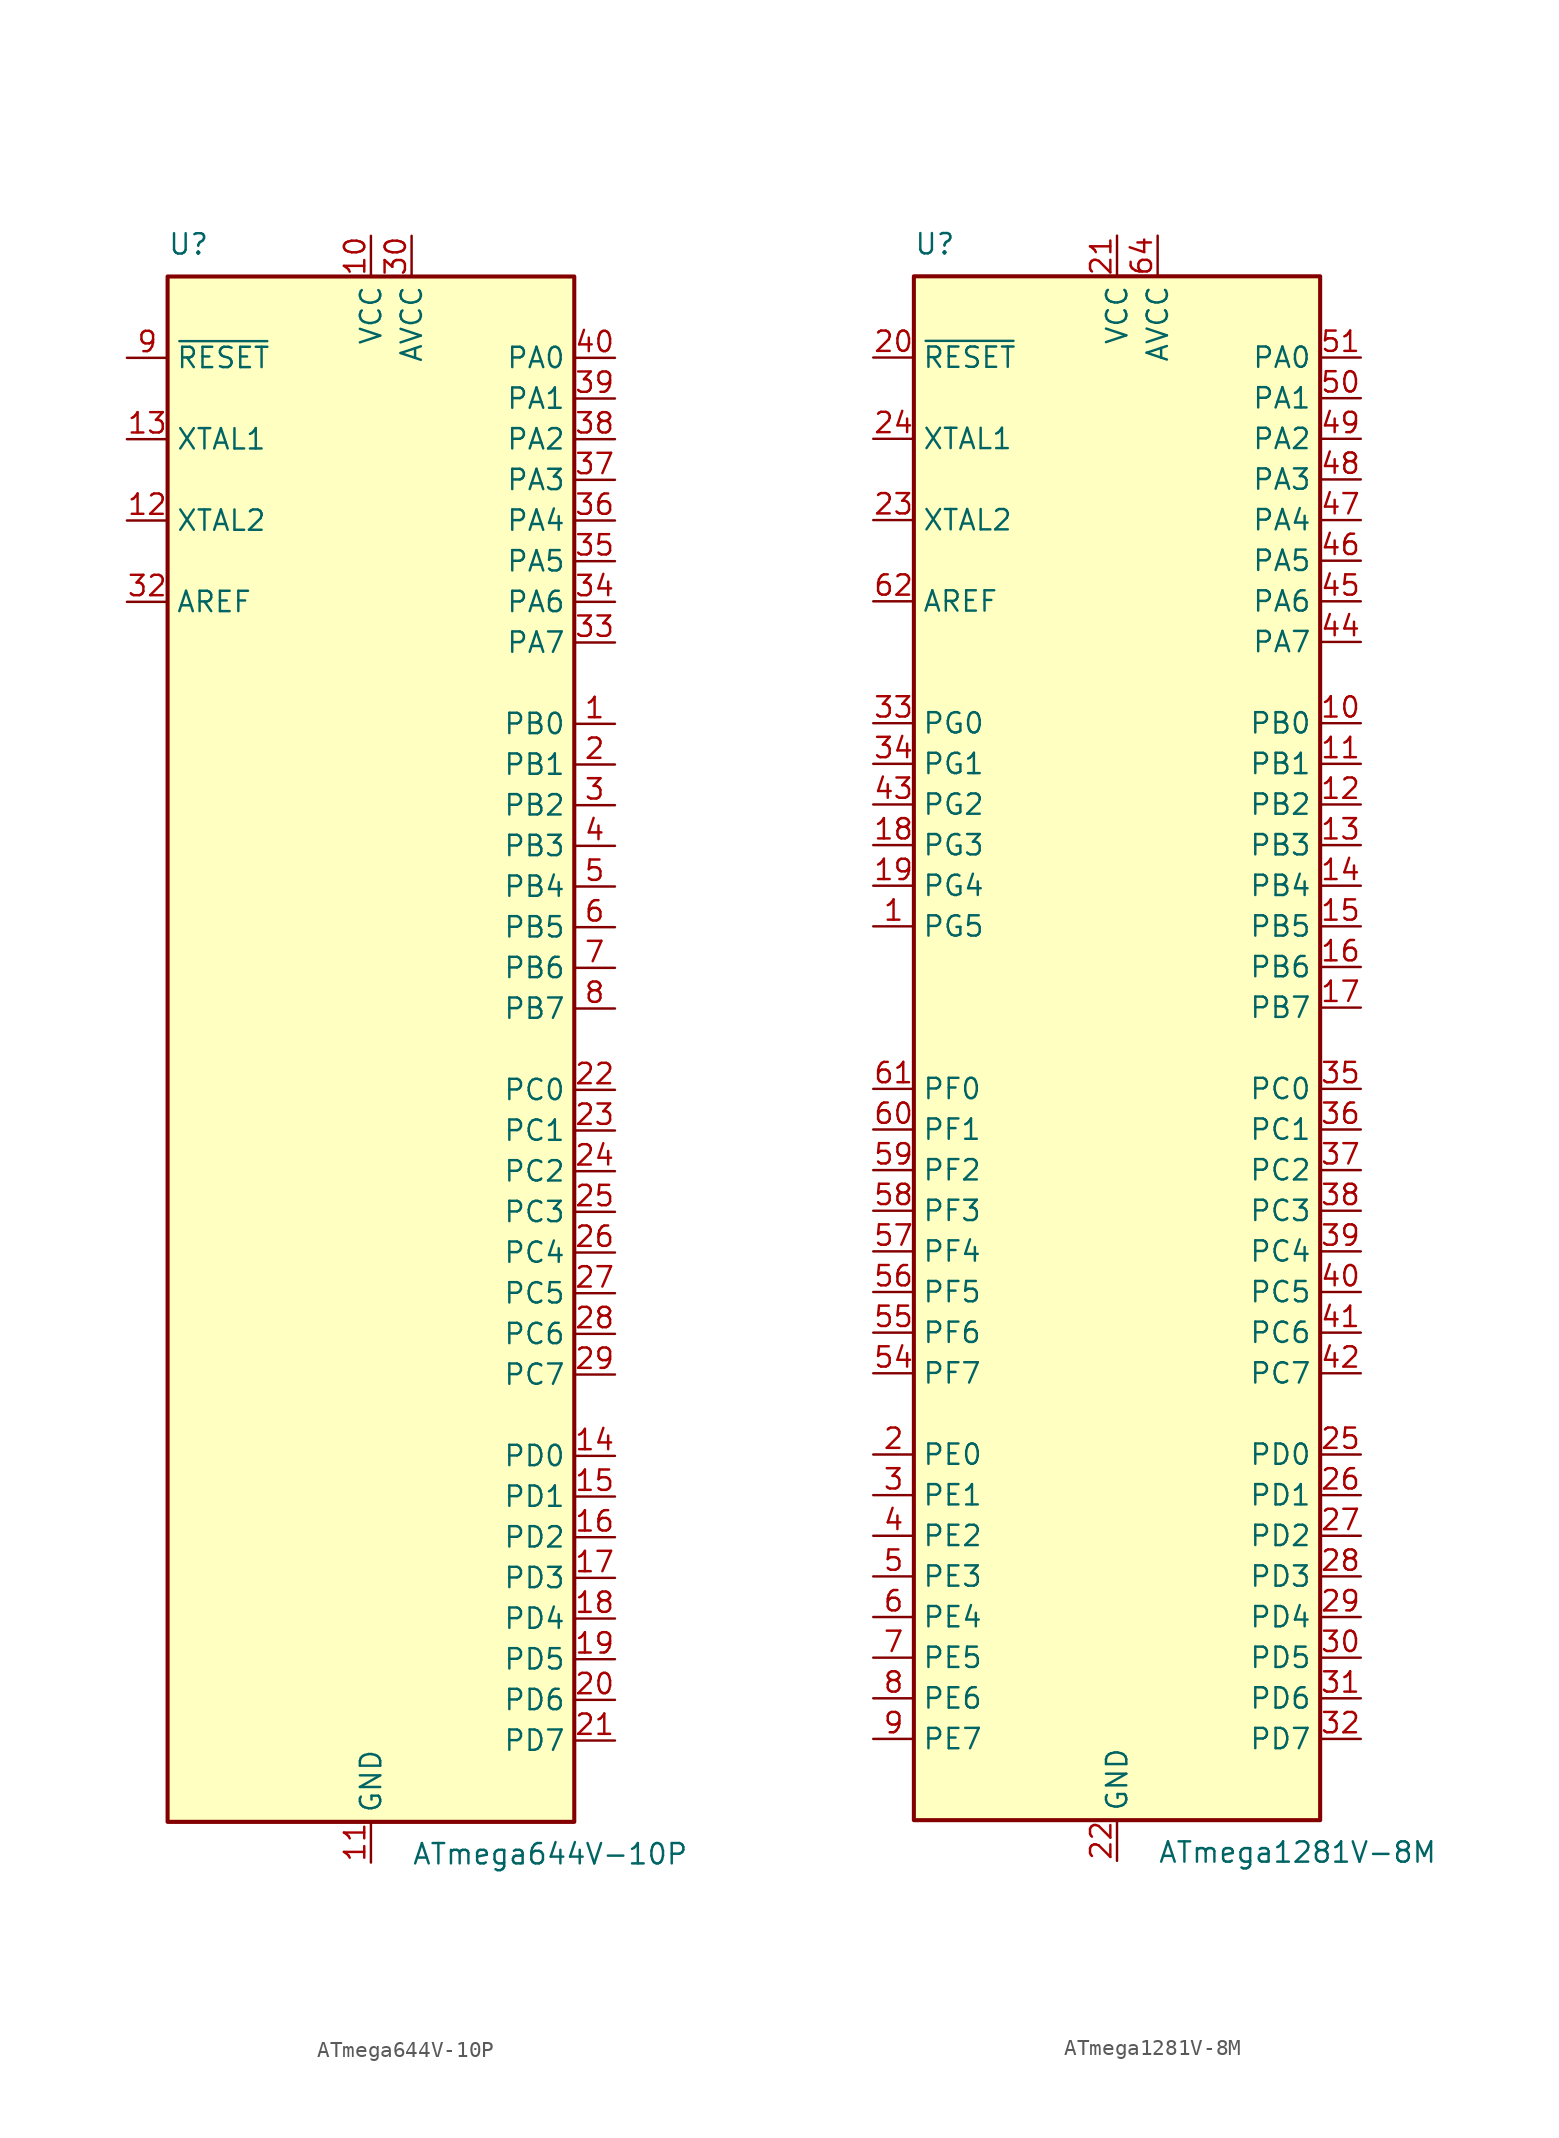
<source format=kicad_sym>
(kicad_symbol_lib
  (version 20201005)
  (generator kicad_symbol_editor)
  (symbol "MCU_Microchip_ATmega:ATmega644V-10P"
    (property "Reference" "U"
      (at -12.7 49.53 0)
      (effects (font (size 1.27 1.27)) (justify left bottom)))
    (property "Value" "ATmega644V-10P"
      (at 2.54 -49.53 0)
      (effects (font (size 1.27 1.27)) (justify left top)))
    (symbol "ATmega644V-10P_0_1"
      (rectangle (start -12.7 -48.26) (end 12.7 48.26) (stroke (width 0.254)) (fill (type background))))
    (symbol "ATmega644V-10P_1_1"
      (pin bidirectional line (at 15.24 20.32 180) (length 2.54) (name "PB0" (effects (font (size 1.27 1.27)))) (number "1" (effects (font (size 1.27 1.27)))))
      (pin power_in line (at 0 50.8 270) (length 2.54) (name "VCC" (effects (font (size 1.27 1.27)))) (number "10" (effects (font (size 1.27 1.27)))))
      (pin power_in line (at 0 -50.8 90) (length 2.54) (name "GND" (effects (font (size 1.27 1.27)))) (number "11" (effects (font (size 1.27 1.27)))))
      (pin output line (at -15.24 33.02 0) (length 2.54) (name "XTAL2" (effects (font (size 1.27 1.27)))) (number "12" (effects (font (size 1.27 1.27)))))
      (pin input line (at -15.24 38.1 0) (length 2.54) (name "XTAL1" (effects (font (size 1.27 1.27)))) (number "13" (effects (font (size 1.27 1.27)))))
      (pin bidirectional line (at 15.24 -25.4 180) (length 2.54) (name "PD0" (effects (font (size 1.27 1.27)))) (number "14" (effects (font (size 1.27 1.27)))))
      (pin bidirectional line (at 15.24 -27.94 180) (length 2.54) (name "PD1" (effects (font (size 1.27 1.27)))) (number "15" (effects (font (size 1.27 1.27)))))
      (pin bidirectional line (at 15.24 -30.48 180) (length 2.54) (name "PD2" (effects (font (size 1.27 1.27)))) (number "16" (effects (font (size 1.27 1.27)))))
      (pin bidirectional line (at 15.24 -33.02 180) (length 2.54) (name "PD3" (effects (font (size 1.27 1.27)))) (number "17" (effects (font (size 1.27 1.27)))))
      (pin bidirectional line (at 15.24 -35.56 180) (length 2.54) (name "PD4" (effects (font (size 1.27 1.27)))) (number "18" (effects (font (size 1.27 1.27)))))
      (pin bidirectional line (at 15.24 -38.1 180) (length 2.54) (name "PD5" (effects (font (size 1.27 1.27)))) (number "19" (effects (font (size 1.27 1.27)))))
      (pin bidirectional line (at 15.24 17.78 180) (length 2.54) (name "PB1" (effects (font (size 1.27 1.27)))) (number "2" (effects (font (size 1.27 1.27)))))
      (pin bidirectional line (at 15.24 -40.64 180) (length 2.54) (name "PD6" (effects (font (size 1.27 1.27)))) (number "20" (effects (font (size 1.27 1.27)))))
      (pin bidirectional line (at 15.24 -43.18 180) (length 2.54) (name "PD7" (effects (font (size 1.27 1.27)))) (number "21" (effects (font (size 1.27 1.27)))))
      (pin bidirectional line (at 15.24 -2.54 180) (length 2.54) (name "PC0" (effects (font (size 1.27 1.27)))) (number "22" (effects (font (size 1.27 1.27)))))
      (pin bidirectional line (at 15.24 -5.08 180) (length 2.54) (name "PC1" (effects (font (size 1.27 1.27)))) (number "23" (effects (font (size 1.27 1.27)))))
      (pin bidirectional line (at 15.24 -7.62 180) (length 2.54) (name "PC2" (effects (font (size 1.27 1.27)))) (number "24" (effects (font (size 1.27 1.27)))))
      (pin bidirectional line (at 15.24 -10.16 180) (length 2.54) (name "PC3" (effects (font (size 1.27 1.27)))) (number "25" (effects (font (size 1.27 1.27)))))
      (pin bidirectional line (at 15.24 -12.7 180) (length 2.54) (name "PC4" (effects (font (size 1.27 1.27)))) (number "26" (effects (font (size 1.27 1.27)))))
      (pin bidirectional line (at 15.24 -15.24 180) (length 2.54) (name "PC5" (effects (font (size 1.27 1.27)))) (number "27" (effects (font (size 1.27 1.27)))))
      (pin bidirectional line (at 15.24 -17.78 180) (length 2.54) (name "PC6" (effects (font (size 1.27 1.27)))) (number "28" (effects (font (size 1.27 1.27)))))
      (pin bidirectional line (at 15.24 -20.32 180) (length 2.54) (name "PC7" (effects (font (size 1.27 1.27)))) (number "29" (effects (font (size 1.27 1.27)))))
      (pin bidirectional line (at 15.24 15.24 180) (length 2.54) (name "PB2" (effects (font (size 1.27 1.27)))) (number "3" (effects (font (size 1.27 1.27)))))
      (pin power_in line (at 2.54 50.8 270) (length 2.54) (name "AVCC" (effects (font (size 1.27 1.27)))) (number "30" (effects (font (size 1.27 1.27)))))
      (pin passive line (at 0 -50.8 90) (length 2.54) hide (name "GND" (effects (font (size 1.27 1.27)))) (number "31" (effects (font (size 1.27 1.27)))))
      (pin passive line (at -15.24 27.94 0) (length 2.54) (name "AREF" (effects (font (size 1.27 1.27)))) (number "32" (effects (font (size 1.27 1.27)))))
      (pin bidirectional line (at 15.24 25.4 180) (length 2.54) (name "PA7" (effects (font (size 1.27 1.27)))) (number "33" (effects (font (size 1.27 1.27)))))
      (pin bidirectional line (at 15.24 27.94 180) (length 2.54) (name "PA6" (effects (font (size 1.27 1.27)))) (number "34" (effects (font (size 1.27 1.27)))))
      (pin bidirectional line (at 15.24 30.48 180) (length 2.54) (name "PA5" (effects (font (size 1.27 1.27)))) (number "35" (effects (font (size 1.27 1.27)))))
      (pin bidirectional line (at 15.24 33.02 180) (length 2.54) (name "PA4" (effects (font (size 1.27 1.27)))) (number "36" (effects (font (size 1.27 1.27)))))
      (pin bidirectional line (at 15.24 35.56 180) (length 2.54) (name "PA3" (effects (font (size 1.27 1.27)))) (number "37" (effects (font (size 1.27 1.27)))))
      (pin bidirectional line (at 15.24 38.1 180) (length 2.54) (name "PA2" (effects (font (size 1.27 1.27)))) (number "38" (effects (font (size 1.27 1.27)))))
      (pin bidirectional line (at 15.24 40.64 180) (length 2.54) (name "PA1" (effects (font (size 1.27 1.27)))) (number "39" (effects (font (size 1.27 1.27)))))
      (pin bidirectional line (at 15.24 12.7 180) (length 2.54) (name "PB3" (effects (font (size 1.27 1.27)))) (number "4" (effects (font (size 1.27 1.27)))))
      (pin bidirectional line (at 15.24 43.18 180) (length 2.54) (name "PA0" (effects (font (size 1.27 1.27)))) (number "40" (effects (font (size 1.27 1.27)))))
      (pin bidirectional line (at 15.24 10.16 180) (length 2.54) (name "PB4" (effects (font (size 1.27 1.27)))) (number "5" (effects (font (size 1.27 1.27)))))
      (pin bidirectional line (at 15.24 7.62 180) (length 2.54) (name "PB5" (effects (font (size 1.27 1.27)))) (number "6" (effects (font (size 1.27 1.27)))))
      (pin bidirectional line (at 15.24 5.08 180) (length 2.54) (name "PB6" (effects (font (size 1.27 1.27)))) (number "7" (effects (font (size 1.27 1.27)))))
      (pin bidirectional line (at 15.24 2.54 180) (length 2.54) (name "PB7" (effects (font (size 1.27 1.27)))) (number "8" (effects (font (size 1.27 1.27)))))
      (pin input line (at -15.24 43.18 0) (length 2.54) (name "~RESET" (effects (font (size 1.27 1.27)))) (number "9" (effects (font (size 1.27 1.27)))))))
  (symbol "MCU_Microchip_ATmega:ATmega1281V-8M"
    (property "Reference" "U"
      (at -12.7 49.53 0)
      (effects (font (size 1.27 1.27)) (justify left bottom)))
    (property "Value" "ATmega1281V-8M"
      (at 2.54 -49.53 0)
      (effects (font (size 1.27 1.27)) (justify left top)))
    (symbol "ATmega1281V-8M_0_1"
      (rectangle (start -12.7 -48.26) (end 12.7 48.26) (stroke (width 0.254)) (fill (type background))))
    (symbol "ATmega1281V-8M_1_1"
      (pin bidirectional line (at -15.24 7.62 0) (length 2.54) (name "PG5" (effects (font (size 1.27 1.27)))) (number "1" (effects (font (size 1.27 1.27)))))
      (pin bidirectional line (at 15.24 20.32 180) (length 2.54) (name "PB0" (effects (font (size 1.27 1.27)))) (number "10" (effects (font (size 1.27 1.27)))))
      (pin bidirectional line (at 15.24 17.78 180) (length 2.54) (name "PB1" (effects (font (size 1.27 1.27)))) (number "11" (effects (font (size 1.27 1.27)))))
      (pin bidirectional line (at 15.24 15.24 180) (length 2.54) (name "PB2" (effects (font (size 1.27 1.27)))) (number "12" (effects (font (size 1.27 1.27)))))
      (pin bidirectional line (at 15.24 12.7 180) (length 2.54) (name "PB3" (effects (font (size 1.27 1.27)))) (number "13" (effects (font (size 1.27 1.27)))))
      (pin bidirectional line (at 15.24 10.16 180) (length 2.54) (name "PB4" (effects (font (size 1.27 1.27)))) (number "14" (effects (font (size 1.27 1.27)))))
      (pin bidirectional line (at 15.24 7.62 180) (length 2.54) (name "PB5" (effects (font (size 1.27 1.27)))) (number "15" (effects (font (size 1.27 1.27)))))
      (pin bidirectional line (at 15.24 5.08 180) (length 2.54) (name "PB6" (effects (font (size 1.27 1.27)))) (number "16" (effects (font (size 1.27 1.27)))))
      (pin bidirectional line (at 15.24 2.54 180) (length 2.54) (name "PB7" (effects (font (size 1.27 1.27)))) (number "17" (effects (font (size 1.27 1.27)))))
      (pin bidirectional line (at -15.24 12.7 0) (length 2.54) (name "PG3" (effects (font (size 1.27 1.27)))) (number "18" (effects (font (size 1.27 1.27)))))
      (pin bidirectional line (at -15.24 10.16 0) (length 2.54) (name "PG4" (effects (font (size 1.27 1.27)))) (number "19" (effects (font (size 1.27 1.27)))))
      (pin bidirectional line (at -15.24 -25.4 0) (length 2.54) (name "PE0" (effects (font (size 1.27 1.27)))) (number "2" (effects (font (size 1.27 1.27)))))
      (pin input line (at -15.24 43.18 0) (length 2.54) (name "~RESET" (effects (font (size 1.27 1.27)))) (number "20" (effects (font (size 1.27 1.27)))))
      (pin power_in line (at 0 50.8 270) (length 2.54) (name "VCC" (effects (font (size 1.27 1.27)))) (number "21" (effects (font (size 1.27 1.27)))))
      (pin power_in line (at 0 -50.8 90) (length 2.54) (name "GND" (effects (font (size 1.27 1.27)))) (number "22" (effects (font (size 1.27 1.27)))))
      (pin output line (at -15.24 33.02 0) (length 2.54) (name "XTAL2" (effects (font (size 1.27 1.27)))) (number "23" (effects (font (size 1.27 1.27)))))
      (pin input line (at -15.24 38.1 0) (length 2.54) (name "XTAL1" (effects (font (size 1.27 1.27)))) (number "24" (effects (font (size 1.27 1.27)))))
      (pin bidirectional line (at 15.24 -25.4 180) (length 2.54) (name "PD0" (effects (font (size 1.27 1.27)))) (number "25" (effects (font (size 1.27 1.27)))))
      (pin bidirectional line (at 15.24 -27.94 180) (length 2.54) (name "PD1" (effects (font (size 1.27 1.27)))) (number "26" (effects (font (size 1.27 1.27)))))
      (pin bidirectional line (at 15.24 -30.48 180) (length 2.54) (name "PD2" (effects (font (size 1.27 1.27)))) (number "27" (effects (font (size 1.27 1.27)))))
      (pin bidirectional line (at 15.24 -33.02 180) (length 2.54) (name "PD3" (effects (font (size 1.27 1.27)))) (number "28" (effects (font (size 1.27 1.27)))))
      (pin bidirectional line (at 15.24 -35.56 180) (length 2.54) (name "PD4" (effects (font (size 1.27 1.27)))) (number "29" (effects (font (size 1.27 1.27)))))
      (pin bidirectional line (at -15.24 -27.94 0) (length 2.54) (name "PE1" (effects (font (size 1.27 1.27)))) (number "3" (effects (font (size 1.27 1.27)))))
      (pin bidirectional line (at 15.24 -38.1 180) (length 2.54) (name "PD5" (effects (font (size 1.27 1.27)))) (number "30" (effects (font (size 1.27 1.27)))))
      (pin bidirectional line (at 15.24 -40.64 180) (length 2.54) (name "PD6" (effects (font (size 1.27 1.27)))) (number "31" (effects (font (size 1.27 1.27)))))
      (pin bidirectional line (at 15.24 -43.18 180) (length 2.54) (name "PD7" (effects (font (size 1.27 1.27)))) (number "32" (effects (font (size 1.27 1.27)))))
      (pin bidirectional line (at -15.24 20.32 0) (length 2.54) (name "PG0" (effects (font (size 1.27 1.27)))) (number "33" (effects (font (size 1.27 1.27)))))
      (pin bidirectional line (at -15.24 17.78 0) (length 2.54) (name "PG1" (effects (font (size 1.27 1.27)))) (number "34" (effects (font (size 1.27 1.27)))))
      (pin bidirectional line (at 15.24 -2.54 180) (length 2.54) (name "PC0" (effects (font (size 1.27 1.27)))) (number "35" (effects (font (size 1.27 1.27)))))
      (pin bidirectional line (at 15.24 -5.08 180) (length 2.54) (name "PC1" (effects (font (size 1.27 1.27)))) (number "36" (effects (font (size 1.27 1.27)))))
      (pin bidirectional line (at 15.24 -7.62 180) (length 2.54) (name "PC2" (effects (font (size 1.27 1.27)))) (number "37" (effects (font (size 1.27 1.27)))))
      (pin bidirectional line (at 15.24 -10.16 180) (length 2.54) (name "PC3" (effects (font (size 1.27 1.27)))) (number "38" (effects (font (size 1.27 1.27)))))
      (pin bidirectional line (at 15.24 -12.7 180) (length 2.54) (name "PC4" (effects (font (size 1.27 1.27)))) (number "39" (effects (font (size 1.27 1.27)))))
      (pin bidirectional line (at -15.24 -30.48 0) (length 2.54) (name "PE2" (effects (font (size 1.27 1.27)))) (number "4" (effects (font (size 1.27 1.27)))))
      (pin bidirectional line (at 15.24 -15.24 180) (length 2.54) (name "PC5" (effects (font (size 1.27 1.27)))) (number "40" (effects (font (size 1.27 1.27)))))
      (pin bidirectional line (at 15.24 -17.78 180) (length 2.54) (name "PC6" (effects (font (size 1.27 1.27)))) (number "41" (effects (font (size 1.27 1.27)))))
      (pin bidirectional line (at 15.24 -20.32 180) (length 2.54) (name "PC7" (effects (font (size 1.27 1.27)))) (number "42" (effects (font (size 1.27 1.27)))))
      (pin bidirectional line (at -15.24 15.24 0) (length 2.54) (name "PG2" (effects (font (size 1.27 1.27)))) (number "43" (effects (font (size 1.27 1.27)))))
      (pin bidirectional line (at 15.24 25.4 180) (length 2.54) (name "PA7" (effects (font (size 1.27 1.27)))) (number "44" (effects (font (size 1.27 1.27)))))
      (pin bidirectional line (at 15.24 27.94 180) (length 2.54) (name "PA6" (effects (font (size 1.27 1.27)))) (number "45" (effects (font (size 1.27 1.27)))))
      (pin bidirectional line (at 15.24 30.48 180) (length 2.54) (name "PA5" (effects (font (size 1.27 1.27)))) (number "46" (effects (font (size 1.27 1.27)))))
      (pin bidirectional line (at 15.24 33.02 180) (length 2.54) (name "PA4" (effects (font (size 1.27 1.27)))) (number "47" (effects (font (size 1.27 1.27)))))
      (pin bidirectional line (at 15.24 35.56 180) (length 2.54) (name "PA3" (effects (font (size 1.27 1.27)))) (number "48" (effects (font (size 1.27 1.27)))))
      (pin bidirectional line (at 15.24 38.1 180) (length 2.54) (name "PA2" (effects (font (size 1.27 1.27)))) (number "49" (effects (font (size 1.27 1.27)))))
      (pin bidirectional line (at -15.24 -33.02 0) (length 2.54) (name "PE3" (effects (font (size 1.27 1.27)))) (number "5" (effects (font (size 1.27 1.27)))))
      (pin bidirectional line (at 15.24 40.64 180) (length 2.54) (name "PA1" (effects (font (size 1.27 1.27)))) (number "50" (effects (font (size 1.27 1.27)))))
      (pin bidirectional line (at 15.24 43.18 180) (length 2.54) (name "PA0" (effects (font (size 1.27 1.27)))) (number "51" (effects (font (size 1.27 1.27)))))
      (pin passive line (at 0 50.8 270) (length 2.54) hide (name "VCC" (effects (font (size 1.27 1.27)))) (number "52" (effects (font (size 1.27 1.27)))))
      (pin passive line (at 0 -50.8 90) (length 2.54) hide (name "GND" (effects (font (size 1.27 1.27)))) (number "53" (effects (font (size 1.27 1.27)))))
      (pin bidirectional line (at -15.24 -20.32 0) (length 2.54) (name "PF7" (effects (font (size 1.27 1.27)))) (number "54" (effects (font (size 1.27 1.27)))))
      (pin bidirectional line (at -15.24 -17.78 0) (length 2.54) (name "PF6" (effects (font (size 1.27 1.27)))) (number "55" (effects (font (size 1.27 1.27)))))
      (pin bidirectional line (at -15.24 -15.24 0) (length 2.54) (name "PF5" (effects (font (size 1.27 1.27)))) (number "56" (effects (font (size 1.27 1.27)))))
      (pin bidirectional line (at -15.24 -12.7 0) (length 2.54) (name "PF4" (effects (font (size 1.27 1.27)))) (number "57" (effects (font (size 1.27 1.27)))))
      (pin bidirectional line (at -15.24 -10.16 0) (length 2.54) (name "PF3" (effects (font (size 1.27 1.27)))) (number "58" (effects (font (size 1.27 1.27)))))
      (pin bidirectional line (at -15.24 -7.62 0) (length 2.54) (name "PF2" (effects (font (size 1.27 1.27)))) (number "59" (effects (font (size 1.27 1.27)))))
      (pin bidirectional line (at -15.24 -35.56 0) (length 2.54) (name "PE4" (effects (font (size 1.27 1.27)))) (number "6" (effects (font (size 1.27 1.27)))))
      (pin bidirectional line (at -15.24 -5.08 0) (length 2.54) (name "PF1" (effects (font (size 1.27 1.27)))) (number "60" (effects (font (size 1.27 1.27)))))
      (pin bidirectional line (at -15.24 -2.54 0) (length 2.54) (name "PF0" (effects (font (size 1.27 1.27)))) (number "61" (effects (font (size 1.27 1.27)))))
      (pin passive line (at -15.24 27.94 0) (length 2.54) (name "AREF" (effects (font (size 1.27 1.27)))) (number "62" (effects (font (size 1.27 1.27)))))
      (pin passive line (at 0 -50.8 90) (length 2.54) hide (name "GND" (effects (font (size 1.27 1.27)))) (number "63" (effects (font (size 1.27 1.27)))))
      (pin power_in line (at 2.54 50.8 270) (length 2.54) (name "AVCC" (effects (font (size 1.27 1.27)))) (number "64" (effects (font (size 1.27 1.27)))))
      (pin passive line (at 0 -50.8 90) (length 2.54) hide (name "GND" (effects (font (size 1.27 1.27)))) (number "65" (effects (font (size 1.27 1.27)))))
      (pin bidirectional line (at -15.24 -38.1 0) (length 2.54) (name "PE5" (effects (font (size 1.27 1.27)))) (number "7" (effects (font (size 1.27 1.27)))))
      (pin bidirectional line (at -15.24 -40.64 0) (length 2.54) (name "PE6" (effects (font (size 1.27 1.27)))) (number "8" (effects (font (size 1.27 1.27)))))
      (pin bidirectional line (at -15.24 -43.18 0) (length 2.54) (name "PE7" (effects (font (size 1.27 1.27)))) (number "9" (effects (font (size 1.27 1.27))))))))
</source>
